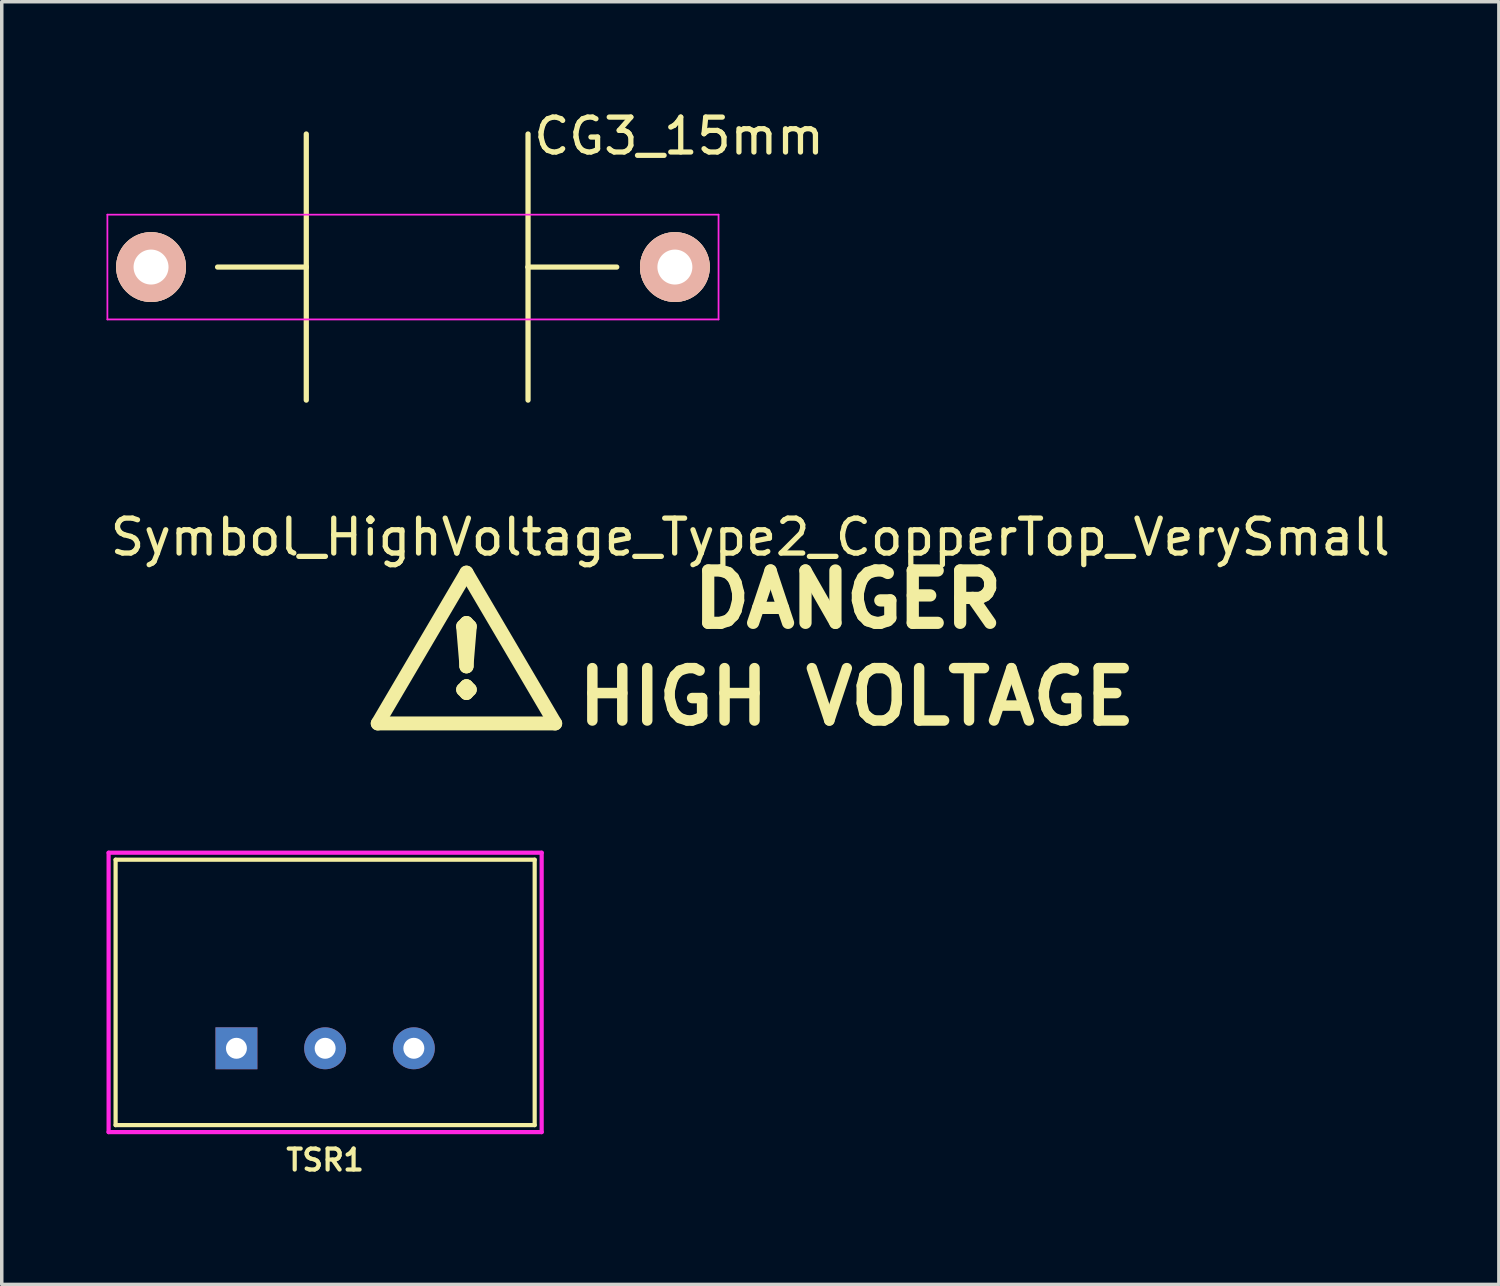
<source format=kicad_pcb>
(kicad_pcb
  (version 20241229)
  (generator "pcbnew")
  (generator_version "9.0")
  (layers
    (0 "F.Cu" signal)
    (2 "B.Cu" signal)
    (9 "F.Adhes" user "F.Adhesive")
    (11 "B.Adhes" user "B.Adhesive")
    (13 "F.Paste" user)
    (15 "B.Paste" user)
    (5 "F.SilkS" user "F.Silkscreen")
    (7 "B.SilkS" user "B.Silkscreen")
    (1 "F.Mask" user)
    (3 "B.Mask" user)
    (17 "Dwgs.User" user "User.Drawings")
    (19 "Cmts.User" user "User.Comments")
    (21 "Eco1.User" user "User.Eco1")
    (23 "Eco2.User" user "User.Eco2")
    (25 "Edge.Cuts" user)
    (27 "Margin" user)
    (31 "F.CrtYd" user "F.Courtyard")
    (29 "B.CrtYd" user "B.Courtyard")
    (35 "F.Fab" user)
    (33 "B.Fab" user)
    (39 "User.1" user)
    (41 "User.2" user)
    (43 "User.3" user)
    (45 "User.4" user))
  (footprint "TSR1"
    (layer "F.Cu")
    (at 6.26 26.967)
    (property "Reference" "TSR1" (at 0 3.2 0) (layer "F.SilkS") (effects (font (size 0.6 0.6) (thickness 0.12))))
    (attr through_hole)
    (fp_line (start -6 -5.4) (end 6 -5.4) (stroke (width 0.12) (type solid)) (layer "F.SilkS"))
    (fp_line (start -6 2.2) (end -6 -5.4) (stroke (width 0.12) (type solid)) (layer "F.SilkS"))
    (fp_line (start -6 2.2) (end 6 2.2) (stroke (width 0.12) (type solid)) (layer "F.SilkS"))
    (fp_line (start 6 -5.4) (end 6 2.2) (stroke (width 0.12) (type solid)) (layer "F.SilkS"))
    (fp_line (start -6.2 -5.6) (end 6.2 -5.6) (stroke (width 0.12) (type solid)) (layer "F.CrtYd"))
    (fp_line (start -6.2 2.4) (end -6.2 -5.6) (stroke (width 0.12) (type solid)) (layer "F.CrtYd"))
    (fp_line (start 6.2 -5.6) (end 6.2 2.4) (stroke (width 0.12) (type solid)) (layer "F.CrtYd"))
    (fp_line (start 6.2 2.4) (end -6.2 2.4) (stroke (width 0.12) (type solid)) (layer "F.CrtYd"))
    (pad "1" thru_hole rect (at -2.54 0) (size 1.2 1.2) (drill 0.6) (layers "*.Cu" "*.Mask"))
    (pad "2" thru_hole circle (at 0 0) (size 1.2 1.2) (drill 0.6) (layers "*.Cu" "*.Mask"))
    (pad "3" thru_hole circle (at 2.54 0) (size 1.2 1.2) (drill 0.6) (layers "*.Cu" "*.Mask")))
  (footprint "CG3_15mm"
    (layer "F.Cu")
    (at 8.895 4.597)
    (property "Reference" "CG3_15mm" (at 7.5 -3.749 0) (layer "F.SilkS") (effects (font (size 1 1) (thickness 0.15))))
    (attr through_hole)
    (fp_line (start -3.175 0) (end -5.715 0) (stroke (width 0.15) (type solid)) (layer "F.SilkS"))
    (fp_line (start -3.175 0) (end -3.175 -3.81) (stroke (width 0.15) (type solid)) (layer "F.SilkS"))
    (fp_line (start -3.175 0) (end -3.175 3.81) (stroke (width 0.15) (type solid)) (layer "F.SilkS"))
    (fp_line (start 3.175 0) (end 3.175 -3.81) (stroke (width 0.15) (type solid)) (layer "F.SilkS"))
    (fp_line (start 3.175 0) (end 3.175 3.81) (stroke (width 0.15) (type solid)) (layer "F.SilkS"))
    (fp_line (start 3.175 0) (end 5.715 0) (stroke (width 0.15) (type solid)) (layer "F.SilkS"))
    (fp_line (start -8.87 -1.5) (end 8.63 -1.5) (stroke (width 0.05) (type solid)) (layer "F.CrtYd"))
    (fp_line (start -8.87 1.5) (end -8.87 -1.5) (stroke (width 0.05) (type solid)) (layer "F.CrtYd"))
    (fp_line (start 8.63 -1.5) (end 8.63 1.5) (stroke (width 0.05) (type solid)) (layer "F.CrtYd"))
    (fp_line (start 8.63 1.5) (end -8.87 1.5) (stroke (width 0.05) (type solid)) (layer "F.CrtYd"))
    (pad "1" thru_hole circle (at -7.62 0) (size 1.999 1.999) (drill 1.001) (layers "*.Cu" "*.SilkS" "*.Mask"))
    (pad "2" thru_hole circle (at 7.38 0) (size 1.999 1.999) (drill 1.001) (layers "*.Cu" "*.SilkS" "*.Mask")))
  (footprint "Symbol_HighVoltage_Type2_CopperTop_VerySmall"
    (layer "F.Cu")
    (at 18.435 15.633)
    (property "Reference" "Symbol_HighVoltage_Type2_CopperTop_VerySmall" (at 0 -3.302 0) (layer "F.SilkS") (effects (font (size 1 1) (thickness 0.15))))
    (attr through_hole)
    (fp_line (start -10.668 2.032) (end -5.588 2.032) (stroke (width 0.4) (type solid)) (layer "F.SilkS"))
    (fp_line (start -8.128 -2.286) (end -10.668 2.032) (stroke (width 0.4) (type solid)) (layer "F.SilkS"))
    (fp_line (start -5.588 2.032) (end -8.128 -2.286) (stroke (width 0.4) (type solid)) (layer "F.SilkS"))
    (fp_text user "DANGER" (at 2.794 -1.524 0) (layer "F.SilkS") (effects (font (size 1.5 1.5) (thickness 0.35))))
    (fp_text user "!" (at -8.128 0.254 0) (layer "F.SilkS") (effects (font (size 2 2) (thickness 0.4))))
    (fp_text user "HIGH VOLTAGE" (at 3.048 1.27 0) (layer "F.SilkS") (effects (font (size 1.5 1.5) (thickness 0.3)))))
  (gr_rect
    (start -3 -3)
    (end 39.869 33.728)
    (stroke (width 0.1) (type default))
    (fill no)
    (layer "Edge.Cuts")))
</source>
